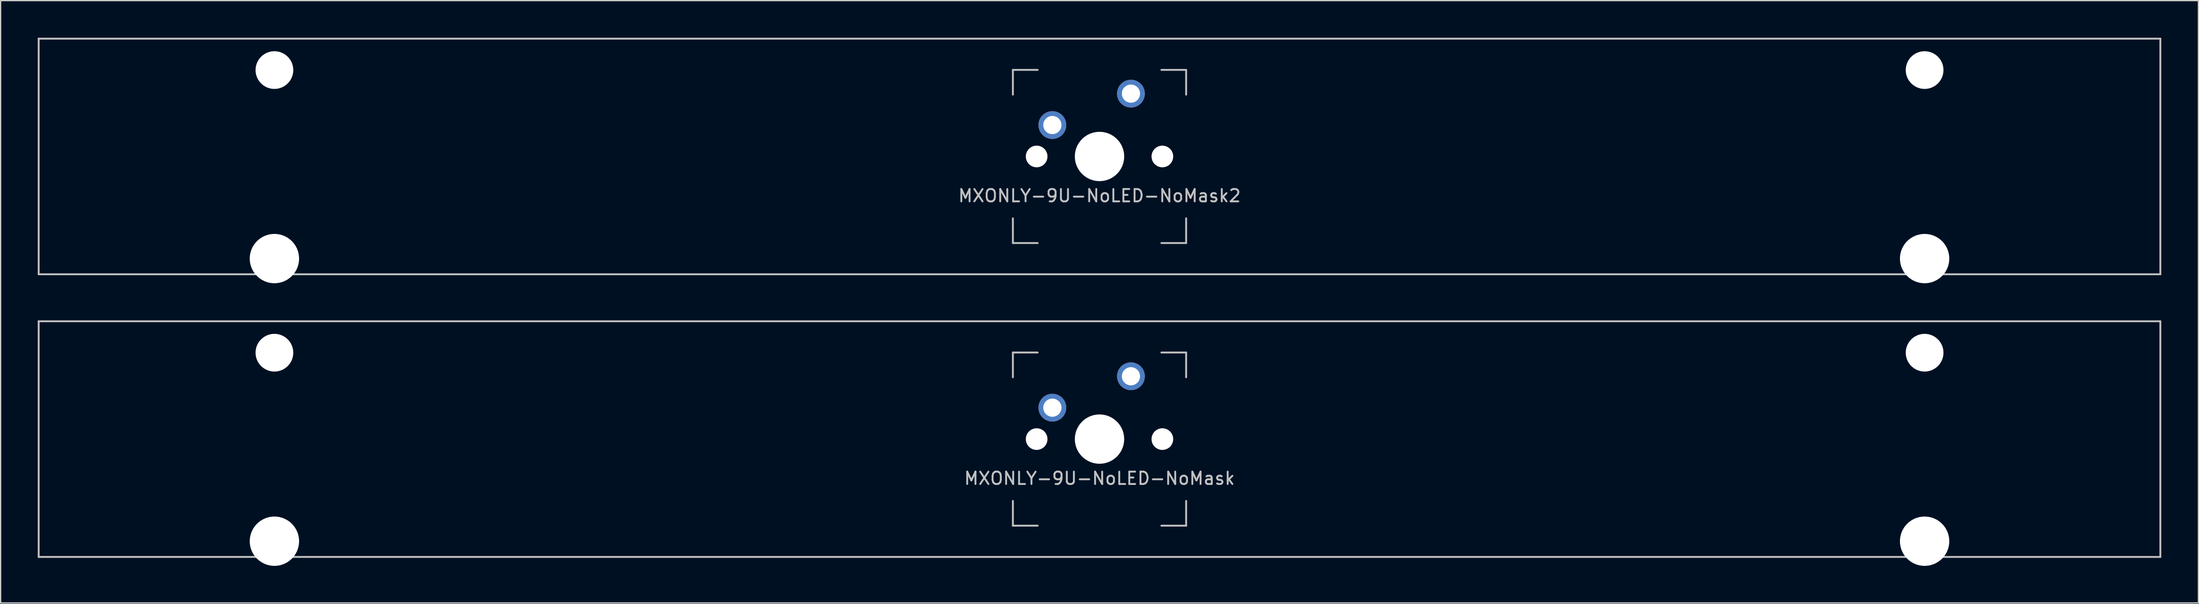
<source format=kicad_pcb>
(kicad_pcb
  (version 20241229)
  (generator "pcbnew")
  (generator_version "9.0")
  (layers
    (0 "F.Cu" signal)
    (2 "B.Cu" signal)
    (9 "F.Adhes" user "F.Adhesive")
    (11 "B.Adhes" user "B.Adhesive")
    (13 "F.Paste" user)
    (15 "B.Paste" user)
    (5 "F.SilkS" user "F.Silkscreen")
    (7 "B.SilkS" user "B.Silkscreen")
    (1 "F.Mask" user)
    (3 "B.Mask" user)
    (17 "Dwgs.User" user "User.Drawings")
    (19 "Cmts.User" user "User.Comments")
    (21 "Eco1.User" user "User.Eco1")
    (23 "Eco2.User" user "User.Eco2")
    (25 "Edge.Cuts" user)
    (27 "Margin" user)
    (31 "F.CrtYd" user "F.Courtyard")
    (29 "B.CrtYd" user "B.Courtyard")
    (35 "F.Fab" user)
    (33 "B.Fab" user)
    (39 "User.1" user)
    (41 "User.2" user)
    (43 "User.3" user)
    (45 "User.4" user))
  (footprint "MXONLY-9U-NoLED-NoMask"
    (layer "F.Cu")
    (at 85.8 32.449)
    (property "Reference" "MXONLY-9U-NoLED-NoMask" (at 0 3.175 0) (layer "Dwgs.User") (effects (font (size 1 1) (thickness 0.15))))
    (attr through_hole)
    (fp_line (start -85.725 -9.525) (end 85.725 -9.525) (stroke (width 0.15) (type solid)) (layer "Dwgs.User"))
    (fp_line (start -85.725 9.525) (end -85.725 -9.525) (stroke (width 0.15) (type solid)) (layer "Dwgs.User"))
    (fp_line (start -85.725 9.525) (end 85.725 9.525) (stroke (width 0.15) (type solid)) (layer "Dwgs.User"))
    (fp_line (start -7 -7) (end -7 -5) (stroke (width 0.15) (type solid)) (layer "Dwgs.User"))
    (fp_line (start -7 5) (end -7 7) (stroke (width 0.15) (type solid)) (layer "Dwgs.User"))
    (fp_line (start -7 7) (end -5 7) (stroke (width 0.15) (type solid)) (layer "Dwgs.User"))
    (fp_line (start -5 -7) (end -7 -7) (stroke (width 0.15) (type solid)) (layer "Dwgs.User"))
    (fp_line (start 5 -7) (end 7 -7) (stroke (width 0.15) (type solid)) (layer "Dwgs.User"))
    (fp_line (start 5 7) (end 7 7) (stroke (width 0.15) (type solid)) (layer "Dwgs.User"))
    (fp_line (start 7 -7) (end 7 -5) (stroke (width 0.15) (type solid)) (layer "Dwgs.User"))
    (fp_line (start 7 7) (end 7 5) (stroke (width 0.15) (type solid)) (layer "Dwgs.User"))
    (fp_line (start 85.725 -9.525) (end 85.725 9.525) (stroke (width 0.15) (type solid)) (layer "Dwgs.User"))
    (pad "" np_thru_hole circle (at -66.675 -6.985) (size 3.048 3.048) (drill 3.048) (layers "*.Cu" "*.Mask"))
    (pad "" np_thru_hole circle (at -66.675 8.255) (size 3.988 3.988) (drill 3.988) (layers "*.Cu" "*.Mask"))
    (pad "" np_thru_hole circle (at -5.08 0 48.1) (size 1.75 1.75) (drill 1.75) (layers "*.Cu" "*.Mask"))
    (pad "" np_thru_hole circle (at 0 0) (size 3.988 3.988) (drill 3.988) (layers "*.Cu" "*.Mask"))
    (pad "" np_thru_hole circle (at 5.08 0 48.1) (size 1.75 1.75) (drill 1.75) (layers "*.Cu" "*.Mask"))
    (pad "" np_thru_hole circle (at 66.675 -6.985) (size 3.048 3.048) (drill 3.048) (layers "*.Cu" "*.Mask"))
    (pad "" np_thru_hole circle (at 66.675 8.255) (size 3.988 3.988) (drill 3.988) (layers "*.Cu" "*.Mask"))
    (pad "1" thru_hole circle (at 2.54 -5.08) (size 2.25 2.25) (drill 1.47) (layers "*.Cu" "*.Mask"))
    (pad "2" thru_hole circle (at -3.81 -2.54 48.1) (size 2.25 2.25) (drill 1.47) (layers "*.Cu" "*.Mask")))
  (footprint "MXONLY-9U-NoLED-NoMask2"
    (layer "F.Cu")
    (at 85.8 9.6)
    (property "Reference" "MXONLY-9U-NoLED-NoMask2" (at 0 3.175 0) (layer "Dwgs.User") (effects (font (size 1 1) (thickness 0.15))))
    (attr through_hole)
    (fp_line (start -85.725 -9.525) (end 85.725 -9.525) (stroke (width 0.15) (type solid)) (layer "Dwgs.User"))
    (fp_line (start -85.725 9.525) (end -85.725 -9.525) (stroke (width 0.15) (type solid)) (layer "Dwgs.User"))
    (fp_line (start -85.725 9.525) (end 85.725 9.525) (stroke (width 0.15) (type solid)) (layer "Dwgs.User"))
    (fp_line (start -7 -7) (end -7 -5) (stroke (width 0.15) (type solid)) (layer "Dwgs.User"))
    (fp_line (start -7 5) (end -7 7) (stroke (width 0.15) (type solid)) (layer "Dwgs.User"))
    (fp_line (start -7 7) (end -5 7) (stroke (width 0.15) (type solid)) (layer "Dwgs.User"))
    (fp_line (start -5 -7) (end -7 -7) (stroke (width 0.15) (type solid)) (layer "Dwgs.User"))
    (fp_line (start 5 -7) (end 7 -7) (stroke (width 0.15) (type solid)) (layer "Dwgs.User"))
    (fp_line (start 5 7) (end 7 7) (stroke (width 0.15) (type solid)) (layer "Dwgs.User"))
    (fp_line (start 7 -7) (end 7 -5) (stroke (width 0.15) (type solid)) (layer "Dwgs.User"))
    (fp_line (start 7 7) (end 7 5) (stroke (width 0.15) (type solid)) (layer "Dwgs.User"))
    (fp_line (start 85.725 -9.525) (end 85.725 9.525) (stroke (width 0.15) (type solid)) (layer "Dwgs.User"))
    (pad "" np_thru_hole circle (at -66.675 -6.985) (size 3.048 3.048) (drill 3.048) (layers "*.Cu"))
    (pad "" np_thru_hole circle (at -66.675 8.255) (size 3.988 3.988) (drill 3.988) (layers "*.Cu"))
    (pad "" np_thru_hole circle (at -5.08 0 48.1) (size 1.75 1.75) (drill 1.75) (layers "*.Cu"))
    (pad "" np_thru_hole circle (at 0 0) (size 3.988 3.988) (drill 3.988) (layers "*.Cu"))
    (pad "" np_thru_hole circle (at 5.08 0 48.1) (size 1.75 1.75) (drill 1.75) (layers "*.Cu"))
    (pad "" np_thru_hole circle (at 66.675 -6.985) (size 3.048 3.048) (drill 3.048) (layers "*.Cu"))
    (pad "" np_thru_hole circle (at 66.675 8.255) (size 3.988 3.988) (drill 3.988) (layers "*.Cu"))
    (pad "1" thru_hole circle (at 2.54 -5.08) (size 2.25 2.25) (drill 1.47) (layers "*.Cu" "*.Mask"))
    (pad "2" thru_hole circle (at -3.81 -2.54 48.1) (size 2.25 2.25) (drill 1.47) (layers "*.Cu" "*.Mask")))
  (gr_rect
    (start -3 -3)
    (end 174.6 45.698)
    (stroke (width 0.1) (type default))
    (fill no)
    (layer "Edge.Cuts")))
</source>
